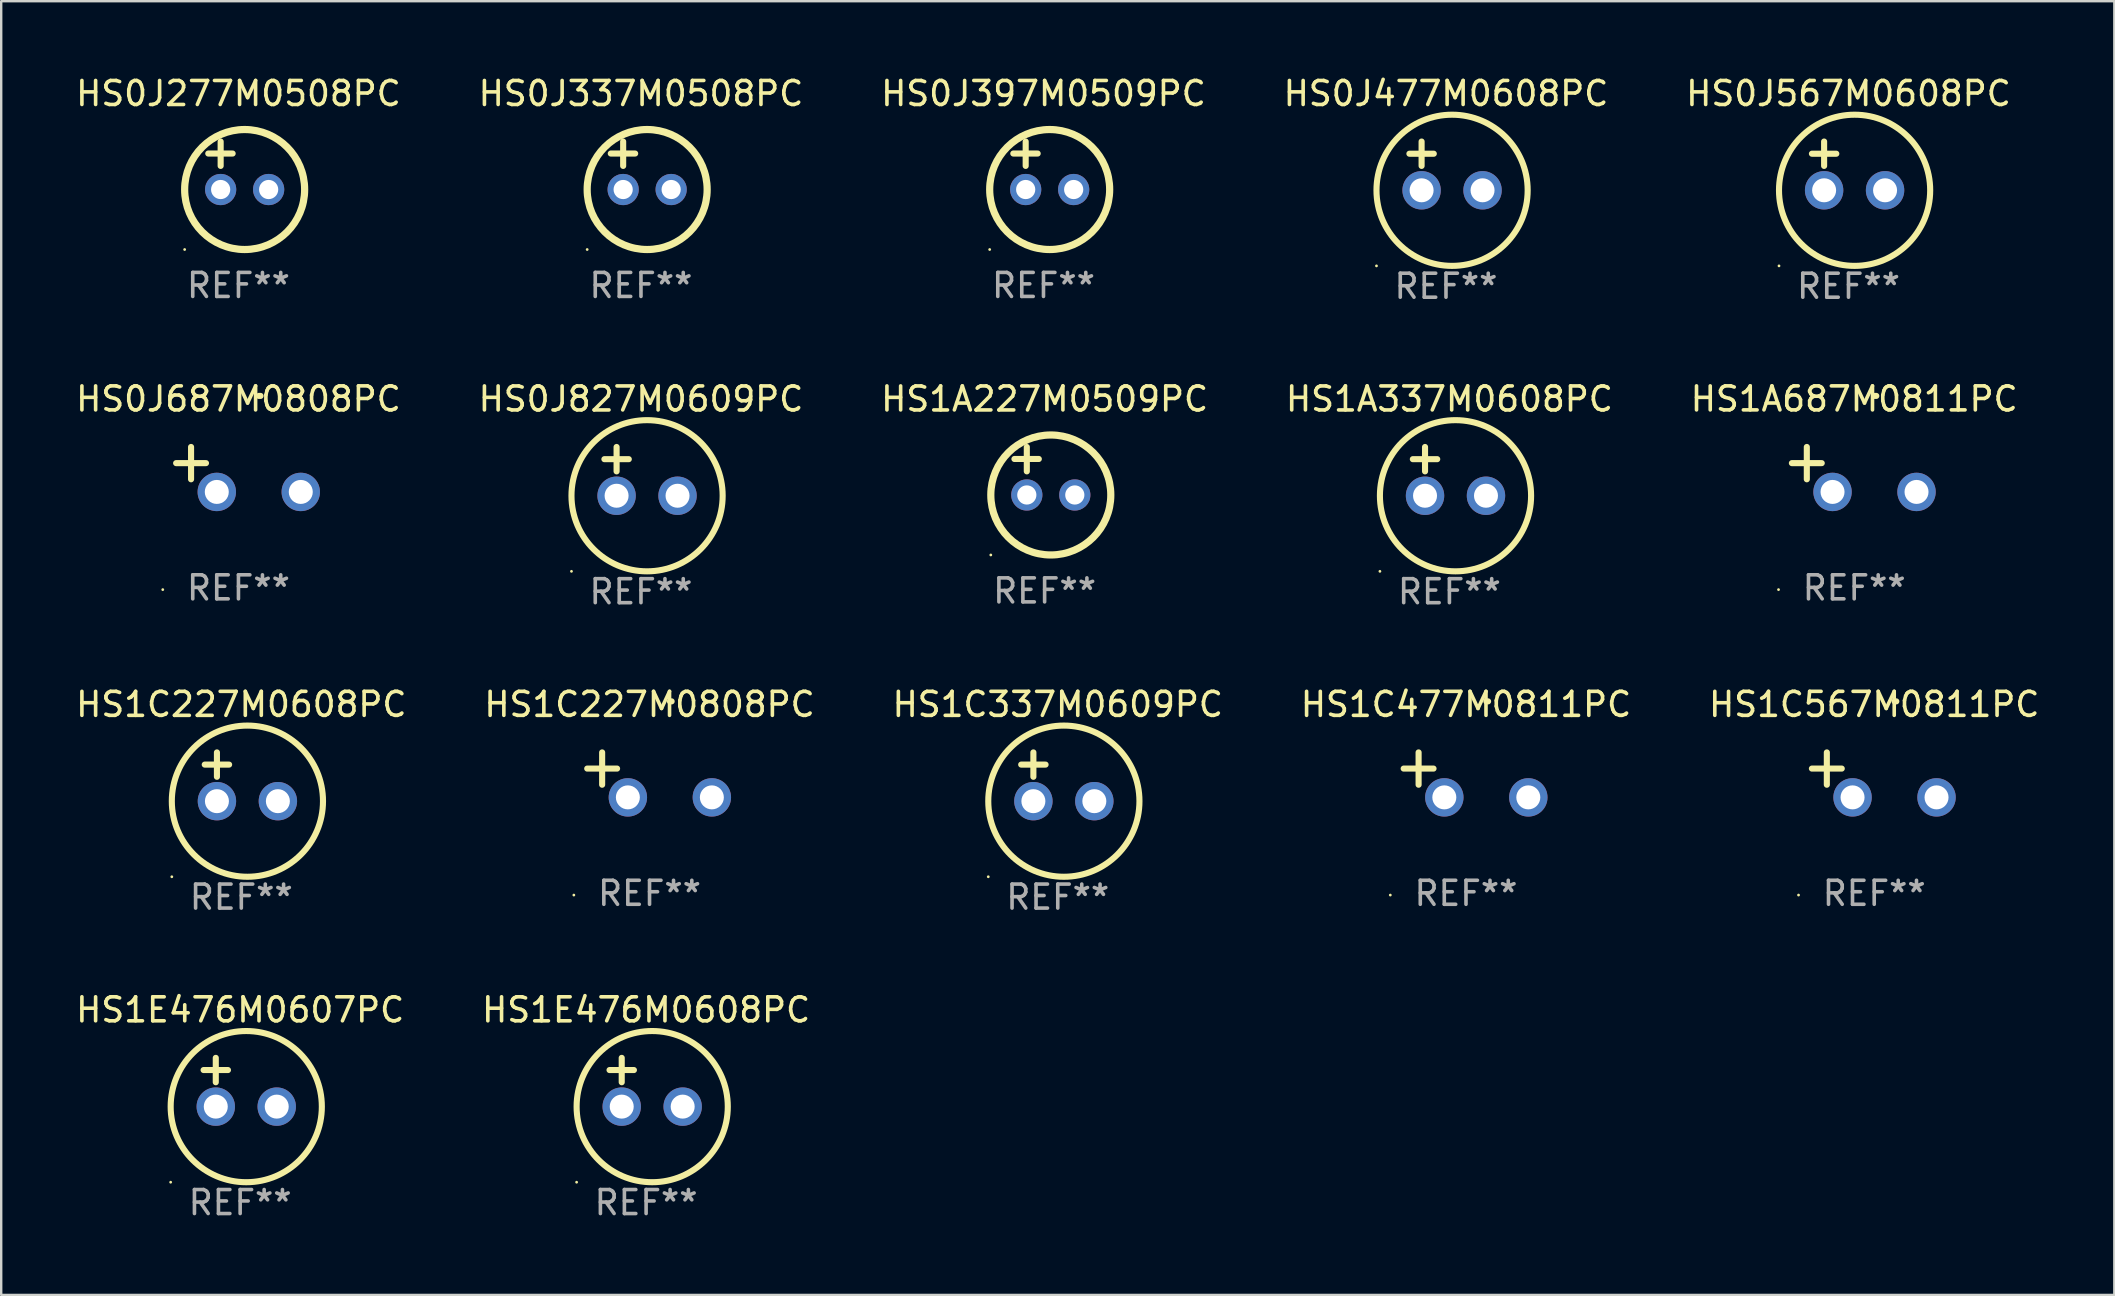
<source format=kicad_pcb>
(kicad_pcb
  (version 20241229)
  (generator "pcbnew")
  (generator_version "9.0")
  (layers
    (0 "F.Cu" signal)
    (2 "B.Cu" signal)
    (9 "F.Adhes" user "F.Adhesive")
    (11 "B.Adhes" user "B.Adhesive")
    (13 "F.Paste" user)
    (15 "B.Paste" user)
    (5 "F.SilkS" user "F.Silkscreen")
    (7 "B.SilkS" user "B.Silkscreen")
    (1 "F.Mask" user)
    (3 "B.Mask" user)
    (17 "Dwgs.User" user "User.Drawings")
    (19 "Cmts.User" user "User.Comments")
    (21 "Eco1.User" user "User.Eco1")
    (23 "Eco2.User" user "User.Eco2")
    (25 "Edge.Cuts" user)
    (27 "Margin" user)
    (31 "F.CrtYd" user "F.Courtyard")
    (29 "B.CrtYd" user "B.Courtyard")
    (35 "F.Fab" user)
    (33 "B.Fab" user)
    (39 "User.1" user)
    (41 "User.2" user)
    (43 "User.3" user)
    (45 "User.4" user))
  (footprint "HS1C227M0608PC"
    (layer "F.Cu")
    (at 7.006 29.321)
    (property "Reference" "HS1C227M0608PC" (at 0 -3.016 0) (layer "F.SilkS") (effects (font (size 1 1) (thickness 0.15))))
    (attr through_hole)
    (fp_line (start -1.524 -0.508) (end -0.508 -0.508) (stroke (width 0.254) (type solid)) (layer "F.SilkS"))
    (fp_line (start -1.016 -1.016) (end -1.016 0) (stroke (width 0.254) (type solid)) (layer "F.SilkS"))
    (fp_circle (center -2.896 4.166) (end -2.866 4.166) (stroke (width 0.06) (type solid)) (fill no) (layer "F.SilkS"))
    (fp_circle (center 0.254 1.016) (end 3.404 1.016) (stroke (width 0.254) (type solid)) (fill no) (layer "F.SilkS"))
    (fp_text user "REF**" (at 0 5.016 0) (layer "F.Fab") (effects (font (size 1 1) (thickness 0.15))))
    (pad "1" thru_hole circle (at -1.016 1.016) (size 1.6 1.6) (drill 1) (layers "*.Cu" "*.Mask"))
    (pad "2" thru_hole circle (at 1.524 1.016) (size 1.6 1.6) (drill 1) (layers "*.Cu" "*.Mask")))
  (footprint "HS0J337M0508PC"
    (layer "F.Cu")
    (at 23.661 3.848)
    (property "Reference" "HS0J337M0508PC" (at 0 -3 0) (layer "F.SilkS") (effects (font (size 1 1) (thickness 0.15))))
    (attr through_hole)
    (fp_line (start -1.258 -0.5) (end -0.242 -0.5) (stroke (width 0.254) (type solid)) (layer "F.SilkS"))
    (fp_line (start -0.742 -1) (end -0.742 0.016) (stroke (width 0.254) (type solid)) (layer "F.SilkS"))
    (fp_circle (center -2.242 3.5) (end -2.212 3.5) (stroke (width 0.06) (type solid)) (fill no) (layer "F.SilkS"))
    (fp_circle (center 0.258 1) (end 2.758 1) (stroke (width 0.3) (type solid)) (fill no) (layer "F.SilkS"))
    (fp_text user "REF**" (at 0 5 0) (layer "F.Fab") (effects (font (size 1 1) (thickness 0.15))))
    (pad "1" thru_hole circle (at -0.742 1) (size 1.3 1.3) (drill 0.8) (layers "*.Cu" "*.Mask"))
    (pad "2" thru_hole circle (at 1.258 1) (size 1.3 1.3) (drill 0.8) (layers "*.Cu" "*.Mask")))
  (footprint "HS1C337M0609PC"
    (layer "F.Cu")
    (at 41.03 29.321)
    (property "Reference" "HS1C337M0609PC" (at 0 -3.016 0) (layer "F.SilkS") (effects (font (size 1 1) (thickness 0.15))))
    (attr through_hole)
    (fp_line (start -1.524 -0.508) (end -0.508 -0.508) (stroke (width 0.254) (type solid)) (layer "F.SilkS"))
    (fp_line (start -1.016 -1.016) (end -1.016 0) (stroke (width 0.254) (type solid)) (layer "F.SilkS"))
    (fp_circle (center -2.896 4.166) (end -2.866 4.166) (stroke (width 0.06) (type solid)) (fill no) (layer "F.SilkS"))
    (fp_circle (center 0.254 1.016) (end 3.404 1.016) (stroke (width 0.254) (type solid)) (fill no) (layer "F.SilkS"))
    (fp_text user "REF**" (at 0 5.016 0) (layer "F.Fab") (effects (font (size 1 1) (thickness 0.15))))
    (pad "1" thru_hole circle (at -1.016 1.016) (size 1.6 1.6) (drill 1) (layers "*.Cu" "*.Mask"))
    (pad "2" thru_hole circle (at 1.524 1.016) (size 1.6 1.6) (drill 1) (layers "*.Cu" "*.Mask")))
  (footprint "HS1C567M0811PC"
    (layer "F.Cu")
    (at 75.054 29.242)
    (property "Reference" "HS1C567M0811PC" (at 0 -2.937 0) (layer "F.SilkS") (effects (font (size 1 1) (thickness 0.15))))
    (attr through_hole)
    (fp_line (start -1.975 0.41) (end -1.975 -0.937) (stroke (width 0.254) (type solid)) (layer "F.SilkS"))
    (fp_line (start -1.353 -0.263) (end -2.597 -0.263) (stroke (width 0.254) (type solid)) (layer "F.SilkS"))
    (fp_arc (start 0.849809 -3.063957) (mid 0.885369 -3.064114) (end 0.920929 -3.063957) (stroke (width 0.254001) (type solid)) (layer "F.SilkS"))
    (fp_circle (center -3.154 5.008) (end -3.124 5.008) (stroke (width 0.06) (type solid)) (fill no) (layer "F.SilkS"))
    (fp_text user "REF**" (at 0 4.937 0) (layer "F.Fab") (effects (font (size 1 1) (thickness 0.15))))
    (pad "1" thru_hole circle (at -0.903 0.937) (size 1.6 1.6) (drill 1) (layers "*.Cu" "*.Mask"))
    (pad "2" thru_hole circle (at 2.597 0.937) (size 1.6 1.6) (drill 1) (layers "*.Cu" "*.Mask")))
  (footprint "HS0J397M0509PC"
    (layer "F.Cu")
    (at 40.435 3.848)
    (property "Reference" "HS0J397M0509PC" (at 0 -3 0) (layer "F.SilkS") (effects (font (size 1 1) (thickness 0.15))))
    (attr through_hole)
    (fp_line (start -1.258 -0.5) (end -0.242 -0.5) (stroke (width 0.254) (type solid)) (layer "F.SilkS"))
    (fp_line (start -0.742 -1) (end -0.742 0.016) (stroke (width 0.254) (type solid)) (layer "F.SilkS"))
    (fp_circle (center -2.242 3.5) (end -2.212 3.5) (stroke (width 0.06) (type solid)) (fill no) (layer "F.SilkS"))
    (fp_circle (center 0.258 1) (end 2.758 1) (stroke (width 0.3) (type solid)) (fill no) (layer "F.SilkS"))
    (fp_text user "REF**" (at 0 5 0) (layer "F.Fab") (effects (font (size 1 1) (thickness 0.15))))
    (pad "1" thru_hole circle (at -0.742 1) (size 1.3 1.3) (drill 0.8) (layers "*.Cu" "*.Mask"))
    (pad "2" thru_hole circle (at 1.258 1) (size 1.3 1.3) (drill 0.8) (layers "*.Cu" "*.Mask")))
  (footprint "HS1E476M0608PC"
    (layer "F.Cu")
    (at 23.875 42.05)
    (property "Reference" "HS1E476M0608PC" (at 0 -3.016 0) (layer "F.SilkS") (effects (font (size 1 1) (thickness 0.15))))
    (attr through_hole)
    (fp_line (start -1.524 -0.508) (end -0.508 -0.508) (stroke (width 0.254) (type solid)) (layer "F.SilkS"))
    (fp_line (start -1.016 -1.016) (end -1.016 0) (stroke (width 0.254) (type solid)) (layer "F.SilkS"))
    (fp_circle (center -2.896 4.166) (end -2.866 4.166) (stroke (width 0.06) (type solid)) (fill no) (layer "F.SilkS"))
    (fp_circle (center 0.254 1.016) (end 3.404 1.016) (stroke (width 0.254) (type solid)) (fill no) (layer "F.SilkS"))
    (fp_text user "REF**" (at 0 5.016 0) (layer "F.Fab") (effects (font (size 1 1) (thickness 0.15))))
    (pad "1" thru_hole circle (at -1.016 1.016) (size 1.6 1.6) (drill 1) (layers "*.Cu" "*.Mask"))
    (pad "2" thru_hole circle (at 1.524 1.016) (size 1.6 1.6) (drill 1) (layers "*.Cu" "*.Mask")))
  (footprint "HS1C477M0811PC"
    (layer "F.Cu")
    (at 58.042 29.242)
    (property "Reference" "HS1C477M0811PC" (at 0 -2.937 0) (layer "F.SilkS") (effects (font (size 1 1) (thickness 0.15))))
    (attr through_hole)
    (fp_line (start -1.975 0.41) (end -1.975 -0.937) (stroke (width 0.254) (type solid)) (layer "F.SilkS"))
    (fp_line (start -1.353 -0.263) (end -2.597 -0.263) (stroke (width 0.254) (type solid)) (layer "F.SilkS"))
    (fp_arc (start 0.849809 -3.063957) (mid 0.885369 -3.064114) (end 0.920929 -3.063957) (stroke (width 0.254001) (type solid)) (layer "F.SilkS"))
    (fp_circle (center -3.154 5.008) (end -3.124 5.008) (stroke (width 0.06) (type solid)) (fill no) (layer "F.SilkS"))
    (fp_text user "REF**" (at 0 4.937 0) (layer "F.Fab") (effects (font (size 1 1) (thickness 0.15))))
    (pad "1" thru_hole circle (at -0.903 0.937) (size 1.6 1.6) (drill 1) (layers "*.Cu" "*.Mask"))
    (pad "2" thru_hole circle (at 2.597 0.937) (size 1.6 1.6) (drill 1) (layers "*.Cu" "*.Mask")))
  (footprint "HS1A227M0509PC"
    (layer "F.Cu")
    (at 40.482 16.577)
    (property "Reference" "HS1A227M0509PC" (at 0 -3 0) (layer "F.SilkS") (effects (font (size 1 1) (thickness 0.15))))
    (attr through_hole)
    (fp_line (start -1.258 -0.5) (end -0.242 -0.5) (stroke (width 0.254) (type solid)) (layer "F.SilkS"))
    (fp_line (start -0.742 -1) (end -0.742 0.016) (stroke (width 0.254) (type solid)) (layer "F.SilkS"))
    (fp_circle (center -2.242 3.5) (end -2.212 3.5) (stroke (width 0.06) (type solid)) (fill no) (layer "F.SilkS"))
    (fp_circle (center 0.258 1) (end 2.758 1) (stroke (width 0.3) (type solid)) (fill no) (layer "F.SilkS"))
    (fp_text user "REF**" (at 0 5 0) (layer "F.Fab") (effects (font (size 1 1) (thickness 0.15))))
    (pad "1" thru_hole circle (at -0.742 1) (size 1.3 1.3) (drill 0.8) (layers "*.Cu" "*.Mask"))
    (pad "2" thru_hole circle (at 1.258 1) (size 1.3 1.3) (drill 0.8) (layers "*.Cu" "*.Mask")))
  (footprint "HS1A337M0608PC"
    (layer "F.Cu")
    (at 57.351 16.593)
    (property "Reference" "HS1A337M0608PC" (at 0 -3.016 0) (layer "F.SilkS") (effects (font (size 1 1) (thickness 0.15))))
    (attr through_hole)
    (fp_line (start -1.524 -0.508) (end -0.508 -0.508) (stroke (width 0.254) (type solid)) (layer "F.SilkS"))
    (fp_line (start -1.016 -1.016) (end -1.016 0) (stroke (width 0.254) (type solid)) (layer "F.SilkS"))
    (fp_circle (center -2.896 4.166) (end -2.866 4.166) (stroke (width 0.06) (type solid)) (fill no) (layer "F.SilkS"))
    (fp_circle (center 0.254 1.016) (end 3.404 1.016) (stroke (width 0.254) (type solid)) (fill no) (layer "F.SilkS"))
    (fp_text user "REF**" (at 0 5.016 0) (layer "F.Fab") (effects (font (size 1 1) (thickness 0.15))))
    (pad "1" thru_hole circle (at -1.016 1.016) (size 1.6 1.6) (drill 1) (layers "*.Cu" "*.Mask"))
    (pad "2" thru_hole circle (at 1.524 1.016) (size 1.6 1.6) (drill 1) (layers "*.Cu" "*.Mask")))
  (footprint "HS0J477M0608PC"
    (layer "F.Cu")
    (at 57.208 3.864)
    (property "Reference" "HS0J477M0608PC" (at 0 -3.016 0) (layer "F.SilkS") (effects (font (size 1 1) (thickness 0.15))))
    (attr through_hole)
    (fp_line (start -1.524 -0.508) (end -0.508 -0.508) (stroke (width 0.254) (type solid)) (layer "F.SilkS"))
    (fp_line (start -1.016 -1.016) (end -1.016 0) (stroke (width 0.254) (type solid)) (layer "F.SilkS"))
    (fp_circle (center -2.896 4.166) (end -2.866 4.166) (stroke (width 0.06) (type solid)) (fill no) (layer "F.SilkS"))
    (fp_circle (center 0.254 1.016) (end 3.404 1.016) (stroke (width 0.254) (type solid)) (fill no) (layer "F.SilkS"))
    (fp_text user "REF**" (at 0 5.016 0) (layer "F.Fab") (effects (font (size 1 1) (thickness 0.15))))
    (pad "1" thru_hole circle (at -1.016 1.016) (size 1.6 1.6) (drill 1) (layers "*.Cu" "*.Mask"))
    (pad "2" thru_hole circle (at 1.524 1.016) (size 1.6 1.6) (drill 1) (layers "*.Cu" "*.Mask")))
  (footprint "HS1A687M0811PC"
    (layer "F.Cu")
    (at 74.22 16.513)
    (property "Reference" "HS1A687M0811PC" (at 0 -2.937 0) (layer "F.SilkS") (effects (font (size 1 1) (thickness 0.15))))
    (attr through_hole)
    (fp_line (start -1.975 0.41) (end -1.975 -0.937) (stroke (width 0.254) (type solid)) (layer "F.SilkS"))
    (fp_line (start -1.353 -0.263) (end -2.597 -0.263) (stroke (width 0.254) (type solid)) (layer "F.SilkS"))
    (fp_arc (start 0.849809 -3.063957) (mid 0.885369 -3.064114) (end 0.920929 -3.063957) (stroke (width 0.254001) (type solid)) (layer "F.SilkS"))
    (fp_circle (center -3.154 5.008) (end -3.124 5.008) (stroke (width 0.06) (type solid)) (fill no) (layer "F.SilkS"))
    (fp_text user "REF**" (at 0 4.937 0) (layer "F.Fab") (effects (font (size 1 1) (thickness 0.15))))
    (pad "1" thru_hole circle (at -0.903 0.937) (size 1.6 1.6) (drill 1) (layers "*.Cu" "*.Mask"))
    (pad "2" thru_hole circle (at 2.597 0.937) (size 1.6 1.6) (drill 1) (layers "*.Cu" "*.Mask")))
  (footprint "HS1E476M0607PC"
    (layer "F.Cu")
    (at 6.958 42.05)
    (property "Reference" "HS1E476M0607PC" (at 0 -3.016 0) (layer "F.SilkS") (effects (font (size 1 1) (thickness 0.15))))
    (attr through_hole)
    (fp_line (start -1.524 -0.508) (end -0.508 -0.508) (stroke (width 0.254) (type solid)) (layer "F.SilkS"))
    (fp_line (start -1.016 -1.016) (end -1.016 0) (stroke (width 0.254) (type solid)) (layer "F.SilkS"))
    (fp_circle (center -2.896 4.166) (end -2.866 4.166) (stroke (width 0.06) (type solid)) (fill no) (layer "F.SilkS"))
    (fp_circle (center 0.254 1.016) (end 3.404 1.016) (stroke (width 0.254) (type solid)) (fill no) (layer "F.SilkS"))
    (fp_text user "REF**" (at 0 5.016 0) (layer "F.Fab") (effects (font (size 1 1) (thickness 0.15))))
    (pad "1" thru_hole circle (at -1.016 1.016) (size 1.6 1.6) (drill 1) (layers "*.Cu" "*.Mask"))
    (pad "2" thru_hole circle (at 1.524 1.016) (size 1.6 1.6) (drill 1) (layers "*.Cu" "*.Mask")))
  (footprint "HS0J827M0609PC"
    (layer "F.Cu")
    (at 23.661 16.593)
    (property "Reference" "HS0J827M0609PC" (at 0 -3.016 0) (layer "F.SilkS") (effects (font (size 1 1) (thickness 0.15))))
    (attr through_hole)
    (fp_line (start -1.524 -0.508) (end -0.508 -0.508) (stroke (width 0.254) (type solid)) (layer "F.SilkS"))
    (fp_line (start -1.016 -1.016) (end -1.016 0) (stroke (width 0.254) (type solid)) (layer "F.SilkS"))
    (fp_circle (center -2.896 4.166) (end -2.866 4.166) (stroke (width 0.06) (type solid)) (fill no) (layer "F.SilkS"))
    (fp_circle (center 0.254 1.016) (end 3.404 1.016) (stroke (width 0.254) (type solid)) (fill no) (layer "F.SilkS"))
    (fp_text user "REF**" (at 0 5.016 0) (layer "F.Fab") (effects (font (size 1 1) (thickness 0.15))))
    (pad "1" thru_hole circle (at -1.016 1.016) (size 1.6 1.6) (drill 1) (layers "*.Cu" "*.Mask"))
    (pad "2" thru_hole circle (at 1.524 1.016) (size 1.6 1.6) (drill 1) (layers "*.Cu" "*.Mask")))
  (footprint "HS0J567M0608PC"
    (layer "F.Cu")
    (at 73.982 3.864)
    (property "Reference" "HS0J567M0608PC" (at 0 -3.016 0) (layer "F.SilkS") (effects (font (size 1 1) (thickness 0.15))))
    (attr through_hole)
    (fp_line (start -1.524 -0.508) (end -0.508 -0.508) (stroke (width 0.254) (type solid)) (layer "F.SilkS"))
    (fp_line (start -1.016 -1.016) (end -1.016 0) (stroke (width 0.254) (type solid)) (layer "F.SilkS"))
    (fp_circle (center -2.896 4.166) (end -2.866 4.166) (stroke (width 0.06) (type solid)) (fill no) (layer "F.SilkS"))
    (fp_circle (center 0.254 1.016) (end 3.404 1.016) (stroke (width 0.254) (type solid)) (fill no) (layer "F.SilkS"))
    (fp_text user "REF**" (at 0 5.016 0) (layer "F.Fab") (effects (font (size 1 1) (thickness 0.15))))
    (pad "1" thru_hole circle (at -1.016 1.016) (size 1.6 1.6) (drill 1) (layers "*.Cu" "*.Mask"))
    (pad "2" thru_hole circle (at 1.524 1.016) (size 1.6 1.6) (drill 1) (layers "*.Cu" "*.Mask")))
  (footprint "HS0J687M0808PC"
    (layer "F.Cu")
    (at 6.887 16.513)
    (property "Reference" "HS0J687M0808PC" (at 0 -2.937 0) (layer "F.SilkS") (effects (font (size 1 1) (thickness 0.15))))
    (attr through_hole)
    (fp_line (start -1.975 0.41) (end -1.975 -0.937) (stroke (width 0.254) (type solid)) (layer "F.SilkS"))
    (fp_line (start -1.353 -0.263) (end -2.597 -0.263) (stroke (width 0.254) (type solid)) (layer "F.SilkS"))
    (fp_arc (start 0.849809 -3.063957) (mid 0.885369 -3.064114) (end 0.920929 -3.063957) (stroke (width 0.254001) (type solid)) (layer "F.SilkS"))
    (fp_circle (center -3.154 5.008) (end -3.124 5.008) (stroke (width 0.06) (type solid)) (fill no) (layer "F.SilkS"))
    (fp_text user "REF**" (at 0 4.937 0) (layer "F.Fab") (effects (font (size 1 1) (thickness 0.15))))
    (pad "1" thru_hole circle (at -0.903 0.937) (size 1.6 1.6) (drill 1) (layers "*.Cu" "*.Mask"))
    (pad "2" thru_hole circle (at 2.597 0.937) (size 1.6 1.6) (drill 1) (layers "*.Cu" "*.Mask")))
  (footprint "HS0J277M0508PC"
    (layer "F.Cu")
    (at 6.887 3.848)
    (property "Reference" "HS0J277M0508PC" (at 0 -3 0) (layer "F.SilkS") (effects (font (size 1 1) (thickness 0.15))))
    (attr through_hole)
    (fp_line (start -1.258 -0.5) (end -0.242 -0.5) (stroke (width 0.254) (type solid)) (layer "F.SilkS"))
    (fp_line (start -0.742 -1) (end -0.742 0.016) (stroke (width 0.254) (type solid)) (layer "F.SilkS"))
    (fp_circle (center -2.242 3.5) (end -2.212 3.5) (stroke (width 0.06) (type solid)) (fill no) (layer "F.SilkS"))
    (fp_circle (center 0.258 1) (end 2.758 1) (stroke (width 0.3) (type solid)) (fill no) (layer "F.SilkS"))
    (fp_text user "REF**" (at 0 5 0) (layer "F.Fab") (effects (font (size 1 1) (thickness 0.15))))
    (pad "1" thru_hole circle (at -0.742 1) (size 1.3 1.3) (drill 0.8) (layers "*.Cu" "*.Mask"))
    (pad "2" thru_hole circle (at 1.258 1) (size 1.3 1.3) (drill 0.8) (layers "*.Cu" "*.Mask")))
  (footprint "HS1C227M0808PC"
    (layer "F.Cu")
    (at 24.018 29.242)
    (property "Reference" "HS1C227M0808PC" (at 0 -2.937 0) (layer "F.SilkS") (effects (font (size 1 1) (thickness 0.15))))
    (attr through_hole)
    (fp_line (start -1.975 0.41) (end -1.975 -0.937) (stroke (width 0.254) (type solid)) (layer "F.SilkS"))
    (fp_line (start -1.353 -0.263) (end -2.597 -0.263) (stroke (width 0.254) (type solid)) (layer "F.SilkS"))
    (fp_arc (start 0.849809 -3.063957) (mid 0.885369 -3.064114) (end 0.920929 -3.063957) (stroke (width 0.254001) (type solid)) (layer "F.SilkS"))
    (fp_circle (center -3.154 5.008) (end -3.124 5.008) (stroke (width 0.06) (type solid)) (fill no) (layer "F.SilkS"))
    (fp_text user "REF**" (at 0 4.937 0) (layer "F.Fab") (effects (font (size 1 1) (thickness 0.15))))
    (pad "1" thru_hole circle (at -0.903 0.937) (size 1.6 1.6) (drill 1) (layers "*.Cu" "*.Mask"))
    (pad "2" thru_hole circle (at 2.597 0.937) (size 1.6 1.6) (drill 1) (layers "*.Cu" "*.Mask")))
  (gr_rect
    (start -3 -3)
    (end 85.06 50.914)
    (stroke (width 0.1) (type default))
    (fill no)
    (layer "Edge.Cuts")))
</source>
